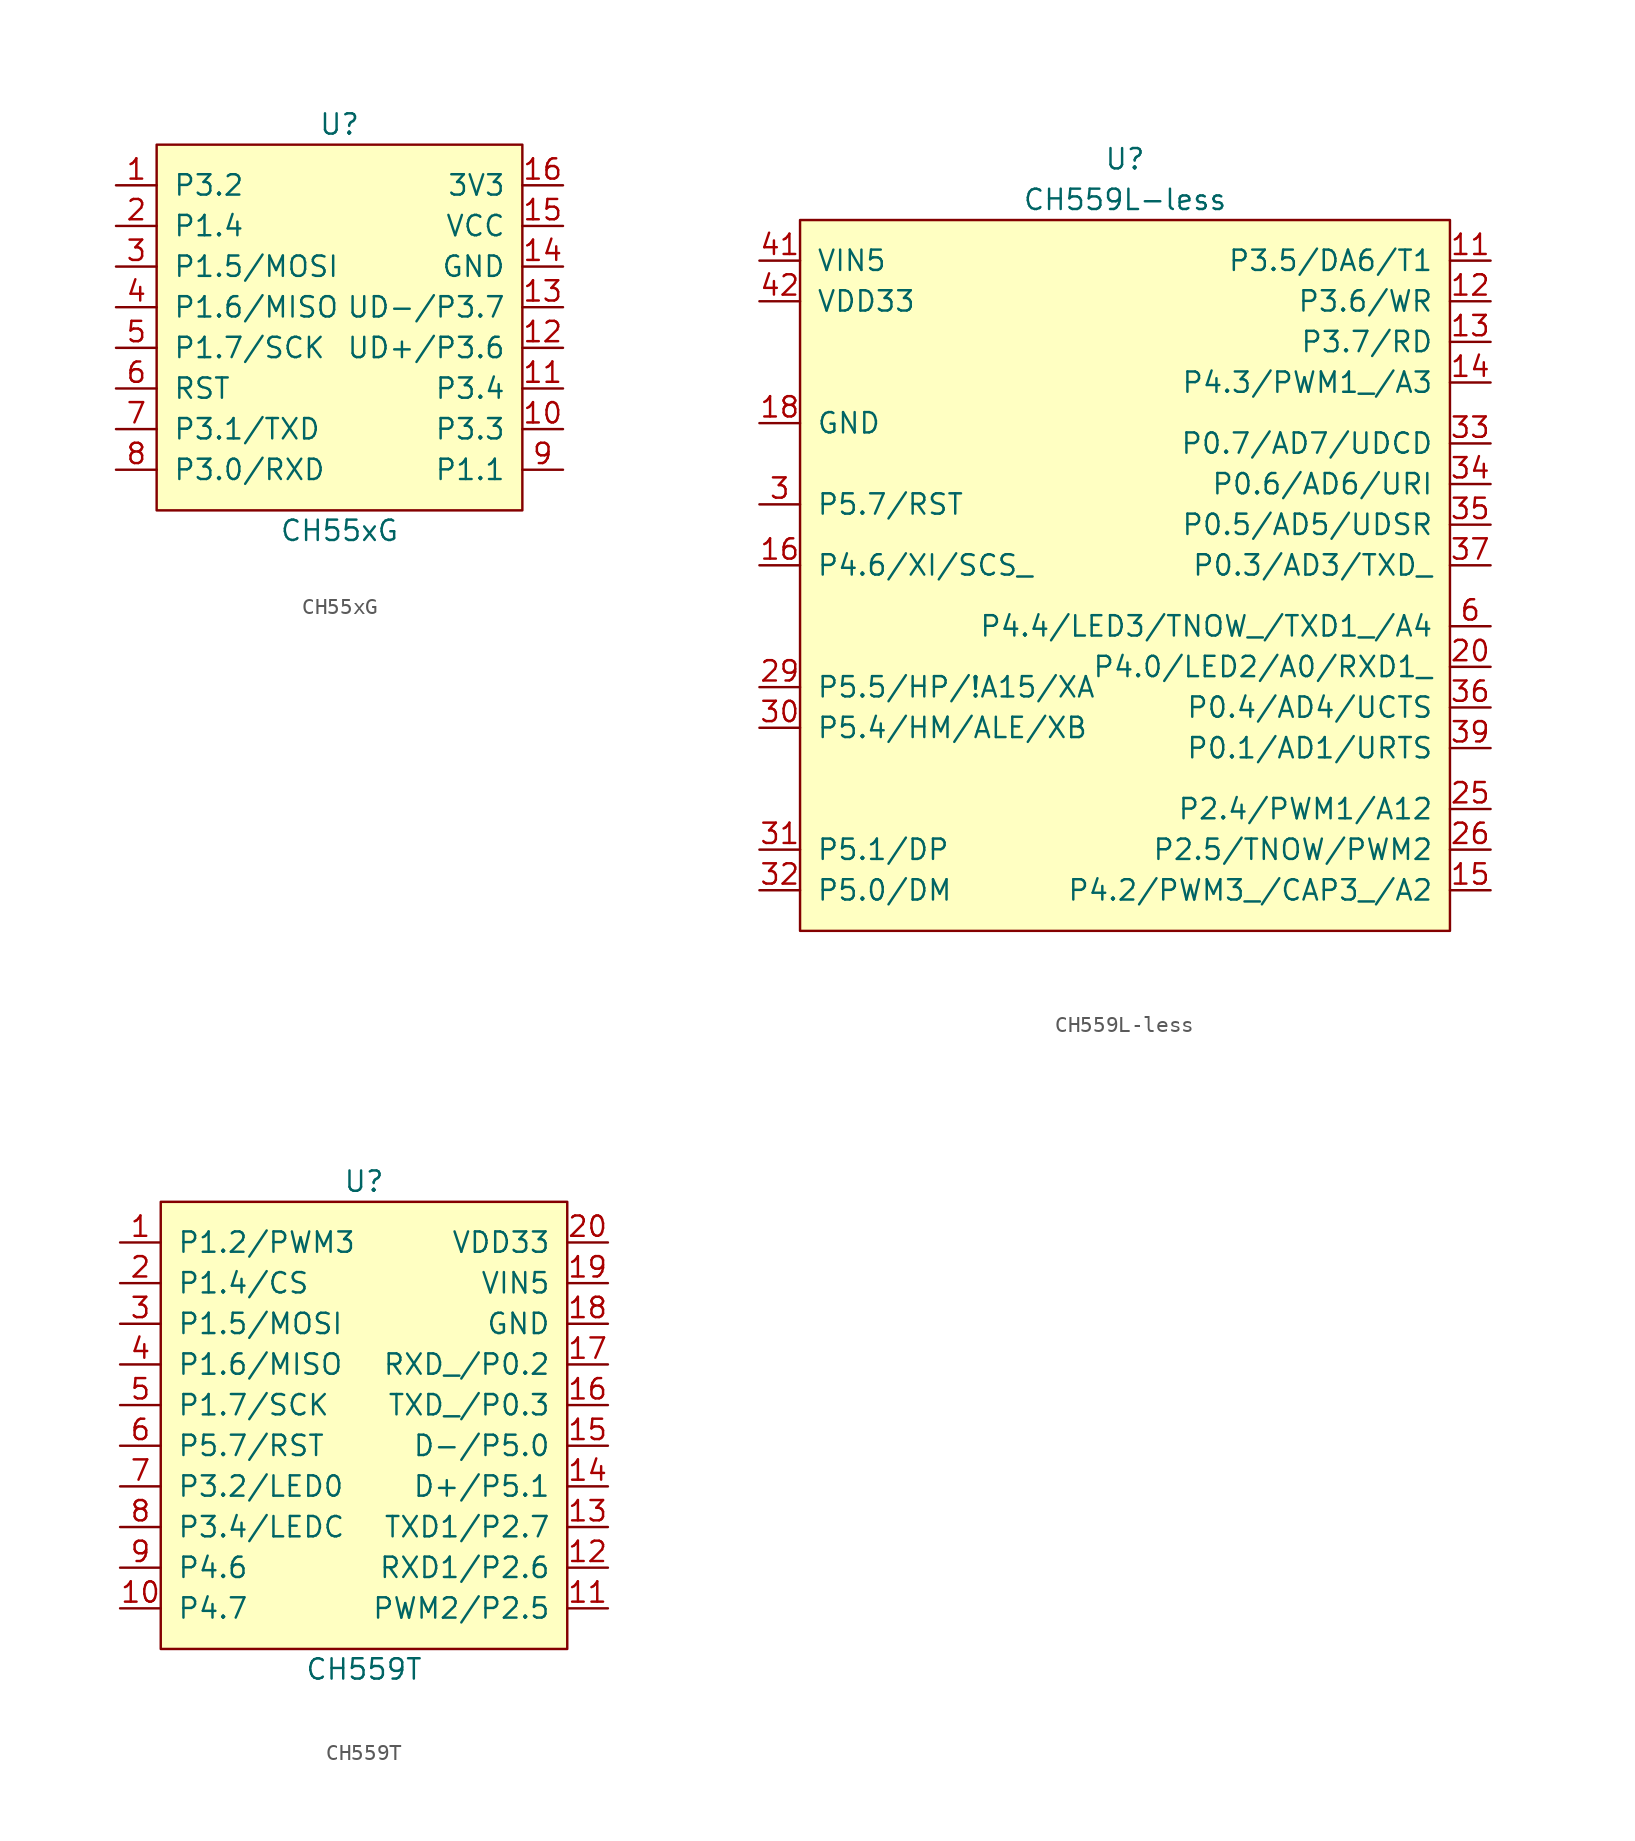
<source format=kicad_sym>
(kicad_symbol_lib
  (version 20231120)
  (generator "kicad_symbol_editor")
  (generator_version "8.0")
  (symbol "CH55xG"
    (pin_names
      (offset 1.016))
    (property "Reference" "U"
      (at 0 12.7 0)
      (effects (font (size 1.27 1.27))))
    (property "Value" "CH55xG"
      (at 0 -12.7 0)
      (effects (font (size 1.27 1.27))))
    (symbol "CH55xG_0_1"
      (rectangle (start -11.43 11.43) (end 11.43 -11.43) (stroke (width 0) (type solid)) (fill (type background))))
    (symbol "CH55xG_1_1"
      (pin input line (at -13.97 8.89 0) (length 2.54) (name "P3.2" (effects (font (size 1.27 1.27)))) (number "1" (effects (font (size 1.27 1.27)))))
      (pin input line (at 13.97 -6.35 180) (length 2.54) (name "P3.3" (effects (font (size 1.27 1.27)))) (number "10" (effects (font (size 1.27 1.27)))))
      (pin input line (at 13.97 -3.81 180) (length 2.54) (name "P3.4" (effects (font (size 1.27 1.27)))) (number "11" (effects (font (size 1.27 1.27)))))
      (pin input line (at 13.97 -1.27 180) (length 2.54) (name "UD+/P3.6" (effects (font (size 1.27 1.27)))) (number "12" (effects (font (size 1.27 1.27)))))
      (pin input line (at 13.97 1.27 180) (length 2.54) (name "UD-/P3.7" (effects (font (size 1.27 1.27)))) (number "13" (effects (font (size 1.27 1.27)))))
      (pin power_in line (at 13.97 3.81 180) (length 2.54) (name "GND" (effects (font (size 1.27 1.27)))) (number "14" (effects (font (size 1.27 1.27)))))
      (pin power_in line (at 13.97 6.35 180) (length 2.54) (name "VCC" (effects (font (size 1.27 1.27)))) (number "15" (effects (font (size 1.27 1.27)))))
      (pin power_out line (at 13.97 8.89 180) (length 2.54) (name "3V3" (effects (font (size 1.27 1.27)))) (number "16" (effects (font (size 1.27 1.27)))))
      (pin input line (at -13.97 6.35 0) (length 2.54) (name "P1.4" (effects (font (size 1.27 1.27)))) (number "2" (effects (font (size 1.27 1.27)))))
      (pin input line (at -13.97 3.81 0) (length 2.54) (name "P1.5/MOSI" (effects (font (size 1.27 1.27)))) (number "3" (effects (font (size 1.27 1.27)))))
      (pin input line (at -13.97 1.27 0) (length 2.54) (name "P1.6/MISO" (effects (font (size 1.27 1.27)))) (number "4" (effects (font (size 1.27 1.27)))))
      (pin input line (at -13.97 -1.27 0) (length 2.54) (name "P1.7/SCK" (effects (font (size 1.27 1.27)))) (number "5" (effects (font (size 1.27 1.27)))))
      (pin input line (at -13.97 -3.81 0) (length 2.54) (name "RST" (effects (font (size 1.27 1.27)))) (number "6" (effects (font (size 1.27 1.27)))))
      (pin input line (at -13.97 -6.35 0) (length 2.54) (name "P3.1/TXD" (effects (font (size 1.27 1.27)))) (number "7" (effects (font (size 1.27 1.27)))))
      (pin input line (at -13.97 -8.89 0) (length 2.54) (name "P3.0/RXD" (effects (font (size 1.27 1.27)))) (number "8" (effects (font (size 1.27 1.27)))))
      (pin input line (at 13.97 -8.89 180) (length 2.54) (name "P1.1" (effects (font (size 1.27 1.27)))) (number "9" (effects (font (size 1.27 1.27)))))))
  (symbol "CH559L-less"
    (pin_names
      (offset 1.016))
    (property "Reference" "U"
      (at 0 25.4 0)
      (effects (font (size 1.27 1.27))))
    (property "Value" "CH559L-less"
      (at 0 22.86 0)
      (effects (font (size 1.27 1.27))))
    (symbol "CH559L-less_0_1"
      (rectangle (start -20.32 21.59) (end 20.32 -22.86) (stroke (width 0) (type solid)) (fill (type background))))
    (symbol "CH559L-less_1_1"
      (pin input line (at 22.86 19.05 180) (length 2.54) (name "P3.5/DA6/T1" (effects (font (size 1.27 1.27)))) (number "11" (effects (font (size 1.27 1.27)))))
      (pin input line (at 22.86 16.51 180) (length 2.54) (name "P3.6/WR" (effects (font (size 1.27 1.27)))) (number "12" (effects (font (size 1.27 1.27)))))
      (pin input line (at 22.86 13.97 180) (length 2.54) (name "P3.7/RD" (effects (font (size 1.27 1.27)))) (number "13" (effects (font (size 1.27 1.27)))))
      (pin input line (at 22.86 11.43 180) (length 2.54) (name "P4.3/PWM1_/A3" (effects (font (size 1.27 1.27)))) (number "14" (effects (font (size 1.27 1.27)))))
      (pin input line (at 22.86 -20.32 180) (length 2.54) (name "P4.2/PWM3_/CAP3_/A2" (effects (font (size 1.27 1.27)))) (number "15" (effects (font (size 1.27 1.27)))))
      (pin input line (at -22.86 0 0) (length 2.54) (name "P4.6/XI/SCS_" (effects (font (size 1.27 1.27)))) (number "16" (effects (font (size 1.27 1.27)))))
      (pin input line (at -22.86 8.89 0) (length 2.54) (name "GND" (effects (font (size 1.27 1.27)))) (number "18" (effects (font (size 1.27 1.27)))))
      (pin input line (at 22.86 -6.35 180) (length 2.54) (name "P4.0/LED2/A0/RXD1_" (effects (font (size 1.27 1.27)))) (number "20" (effects (font (size 1.27 1.27)))))
      (pin input line (at 22.86 -15.24 180) (length 2.54) (name "P2.4/PWM1/A12" (effects (font (size 1.27 1.27)))) (number "25" (effects (font (size 1.27 1.27)))))
      (pin input line (at 22.86 -17.78 180) (length 2.54) (name "P2.5/TNOW/PWM2" (effects (font (size 1.27 1.27)))) (number "26" (effects (font (size 1.27 1.27)))))
      (pin input line (at -22.86 -7.62 0) (length 2.54) (name "P5.5/HP/!A15/XA" (effects (font (size 1.27 1.27)))) (number "29" (effects (font (size 1.27 1.27)))))
      (pin input line (at -22.86 3.81 0) (length 2.54) (name "P5.7/RST" (effects (font (size 1.27 1.27)))) (number "3" (effects (font (size 1.27 1.27)))))
      (pin input line (at -22.86 -10.16 0) (length 2.54) (name "P5.4/HM/ALE/XB" (effects (font (size 1.27 1.27)))) (number "30" (effects (font (size 1.27 1.27)))))
      (pin input line (at -22.86 -17.78 0) (length 2.54) (name "P5.1/DP" (effects (font (size 1.27 1.27)))) (number "31" (effects (font (size 1.27 1.27)))))
      (pin input line (at -22.86 -20.32 0) (length 2.54) (name "P5.0/DM" (effects (font (size 1.27 1.27)))) (number "32" (effects (font (size 1.27 1.27)))))
      (pin input line (at 22.86 7.62 180) (length 2.54) (name "P0.7/AD7/UDCD" (effects (font (size 1.27 1.27)))) (number "33" (effects (font (size 1.27 1.27)))))
      (pin input line (at 22.86 5.08 180) (length 2.54) (name "P0.6/AD6/URI" (effects (font (size 1.27 1.27)))) (number "34" (effects (font (size 1.27 1.27)))))
      (pin input line (at 22.86 2.54 180) (length 2.54) (name "P0.5/AD5/UDSR" (effects (font (size 1.27 1.27)))) (number "35" (effects (font (size 1.27 1.27)))))
      (pin input line (at 22.86 -8.89 180) (length 2.54) (name "P0.4/AD4/UCTS" (effects (font (size 1.27 1.27)))) (number "36" (effects (font (size 1.27 1.27)))))
      (pin input line (at 22.86 0 180) (length 2.54) (name "P0.3/AD3/TXD_" (effects (font (size 1.27 1.27)))) (number "37" (effects (font (size 1.27 1.27)))))
      (pin input line (at 22.86 -11.43 180) (length 2.54) (name "P0.1/AD1/URTS" (effects (font (size 1.27 1.27)))) (number "39" (effects (font (size 1.27 1.27)))))
      (pin input line (at -22.86 19.05 0) (length 2.54) (name "VIN5" (effects (font (size 1.27 1.27)))) (number "41" (effects (font (size 1.27 1.27)))))
      (pin input line (at -22.86 16.51 0) (length 2.54) (name "VDD33" (effects (font (size 1.27 1.27)))) (number "42" (effects (font (size 1.27 1.27)))))
      (pin input line (at 22.86 -3.81 180) (length 2.54) (name "P4.4/LED3/TNOW_/TXD1_/A4" (effects (font (size 1.27 1.27)))) (number "6" (effects (font (size 1.27 1.27)))))))
  (symbol "CH559T"
    (pin_names
      (offset 1.016))
    (property "Reference" "U"
      (at 0 15.24 0)
      (effects (font (size 1.27 1.27))))
    (property "Value" "CH559T"
      (at 0 -15.24 0)
      (effects (font (size 1.27 1.27))))
    (symbol "CH559T_0_1"
      (rectangle (start -12.7 13.97) (end 12.7 -13.97) (stroke (width 0) (type solid)) (fill (type background))))
    (symbol "CH559T_1_1"
      (pin input line (at -15.24 11.43 0) (length 2.54) (name "P1.2/PWM3" (effects (font (size 1.27 1.27)))) (number "1" (effects (font (size 1.27 1.27)))))
      (pin input line (at -15.24 -11.43 0) (length 2.54) (name "P4.7" (effects (font (size 1.27 1.27)))) (number "10" (effects (font (size 1.27 1.27)))))
      (pin input line (at 15.24 -11.43 180) (length 2.54) (name "PWM2/P2.5" (effects (font (size 1.27 1.27)))) (number "11" (effects (font (size 1.27 1.27)))))
      (pin input line (at 15.24 -8.89 180) (length 2.54) (name "RXD1/P2.6" (effects (font (size 1.27 1.27)))) (number "12" (effects (font (size 1.27 1.27)))))
      (pin input line (at 15.24 -6.35 180) (length 2.54) (name "TXD1/P2.7" (effects (font (size 1.27 1.27)))) (number "13" (effects (font (size 1.27 1.27)))))
      (pin input line (at 15.24 -3.81 180) (length 2.54) (name "D+/P5.1" (effects (font (size 1.27 1.27)))) (number "14" (effects (font (size 1.27 1.27)))))
      (pin input line (at 15.24 -1.27 180) (length 2.54) (name "D-/P5.0" (effects (font (size 1.27 1.27)))) (number "15" (effects (font (size 1.27 1.27)))))
      (pin input line (at 15.24 1.27 180) (length 2.54) (name "TXD_/P0.3" (effects (font (size 1.27 1.27)))) (number "16" (effects (font (size 1.27 1.27)))))
      (pin input line (at 15.24 3.81 180) (length 2.54) (name "RXD_/P0.2" (effects (font (size 1.27 1.27)))) (number "17" (effects (font (size 1.27 1.27)))))
      (pin power_in line (at 15.24 6.35 180) (length 2.54) (name "GND" (effects (font (size 1.27 1.27)))) (number "18" (effects (font (size 1.27 1.27)))))
      (pin power_in line (at 15.24 8.89 180) (length 2.54) (name "VIN5" (effects (font (size 1.27 1.27)))) (number "19" (effects (font (size 1.27 1.27)))))
      (pin input line (at -15.24 8.89 0) (length 2.54) (name "P1.4/CS" (effects (font (size 1.27 1.27)))) (number "2" (effects (font (size 1.27 1.27)))))
      (pin power_out line (at 15.24 11.43 180) (length 2.54) (name "VDD33" (effects (font (size 1.27 1.27)))) (number "20" (effects (font (size 1.27 1.27)))))
      (pin input line (at -15.24 6.35 0) (length 2.54) (name "P1.5/MOSI" (effects (font (size 1.27 1.27)))) (number "3" (effects (font (size 1.27 1.27)))))
      (pin input line (at -15.24 3.81 0) (length 2.54) (name "P1.6/MISO" (effects (font (size 1.27 1.27)))) (number "4" (effects (font (size 1.27 1.27)))))
      (pin input line (at -15.24 1.27 0) (length 2.54) (name "P1.7/SCK" (effects (font (size 1.27 1.27)))) (number "5" (effects (font (size 1.27 1.27)))))
      (pin input line (at -15.24 -1.27 0) (length 2.54) (name "P5.7/RST" (effects (font (size 1.27 1.27)))) (number "6" (effects (font (size 1.27 1.27)))))
      (pin input line (at -15.24 -3.81 0) (length 2.54) (name "P3.2/LED0" (effects (font (size 1.27 1.27)))) (number "7" (effects (font (size 1.27 1.27)))))
      (pin input line (at -15.24 -6.35 0) (length 2.54) (name "P3.4/LEDC" (effects (font (size 1.27 1.27)))) (number "8" (effects (font (size 1.27 1.27)))))
      (pin input line (at -15.24 -8.89 0) (length 2.54) (name "P4.6" (effects (font (size 1.27 1.27)))) (number "9" (effects (font (size 1.27 1.27))))))))
</source>
